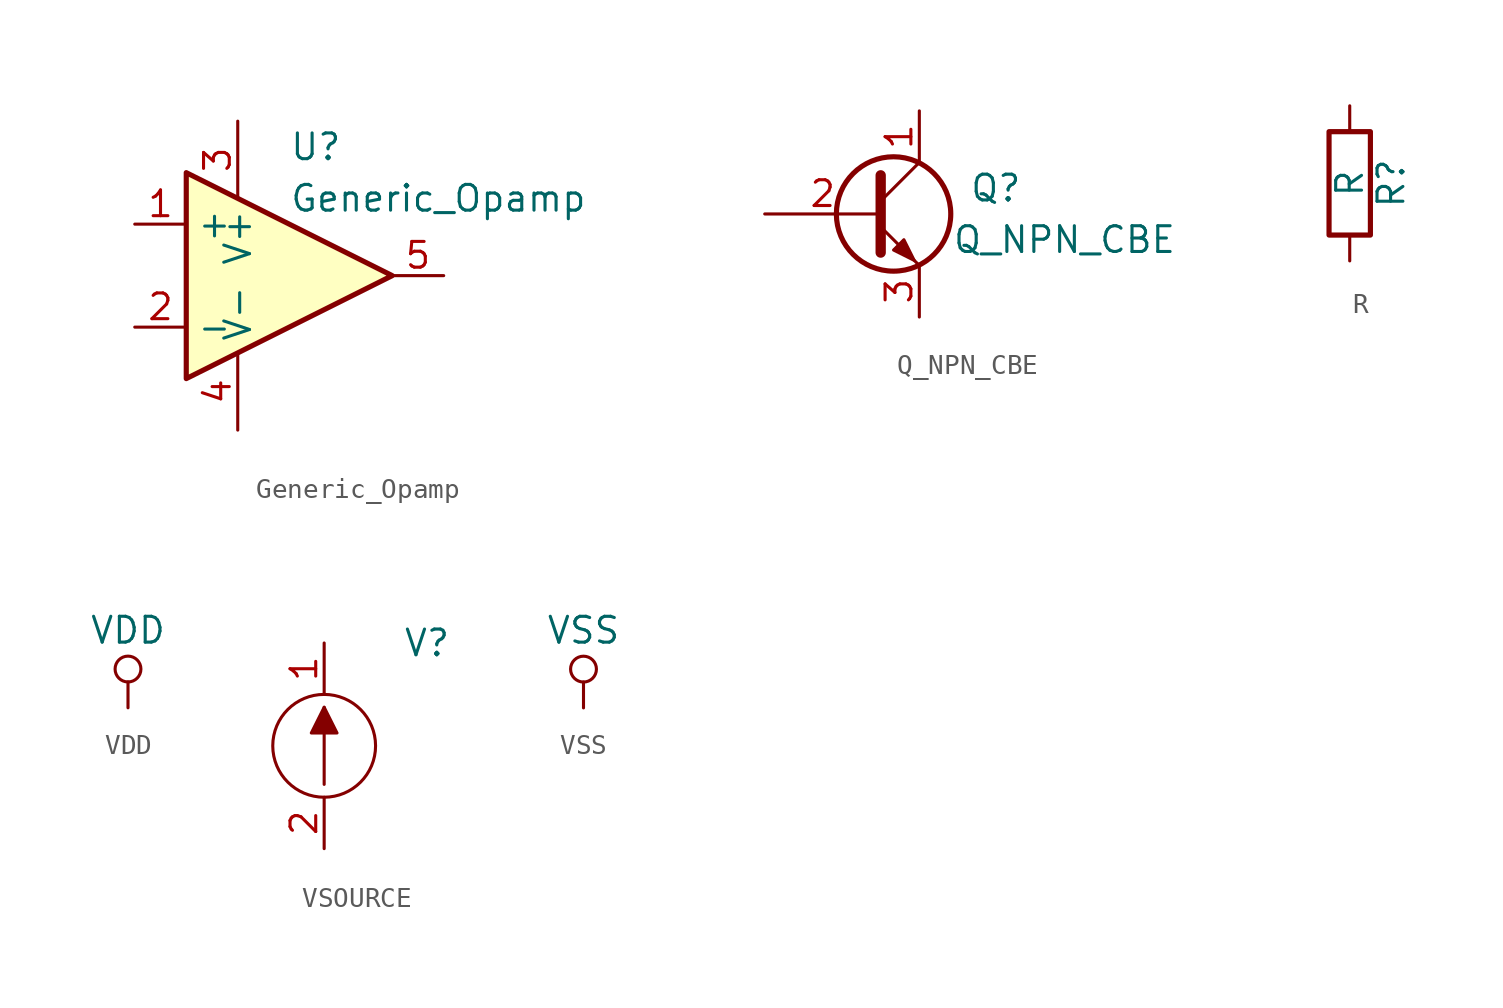
<source format=kicad_sym>
(kicad_symbol_lib
  (version 20201005)
  (generator kicad_symbol_editor)
  (symbol "laser_driver_schlib:Generic_Opamp"
    (property "Reference" "U"
      (at 0 6.35 0)
      (effects (font (size 1.27 1.27)) (justify left)))
    (property "Value" "Generic_Opamp"
      (at 0 3.81 0)
      (effects (font (size 1.27 1.27)) (justify left)))
    (property "Footprint" ""
      (at -2.54 -2.54 0)
      (effects (font (size 1.27 1.27))))
    (property "Datasheet" ""
      (at 0 0 0)
      (effects (font (size 1.27 1.27))))
    (symbol "Generic_Opamp_0_1"
      (polyline (pts (xy -5.08 5.08) (xy 5.08 0) (xy -5.08 -5.08) (xy -5.08 5.08)) (stroke (width 0.254)) (fill (type background))))
    (symbol "Generic_Opamp_1_1"
      (pin input line (at -7.62 2.54 0) (length 2.54) (name "+" (effects (font (size 1.27 1.27)))) (number "1" (effects (font (size 1.27 1.27)))))
      (pin input line (at -7.62 -2.54 0) (length 2.54) (name "-" (effects (font (size 1.27 1.27)))) (number "2" (effects (font (size 1.27 1.27)))))
      (pin power_in line (at -2.54 7.62 270) (length 3.81) (name "V+" (effects (font (size 1.27 1.27)))) (number "3" (effects (font (size 1.27 1.27)))))
      (pin power_in line (at -2.54 -7.62 90) (length 3.81) (name "V-" (effects (font (size 1.27 1.27)))) (number "4" (effects (font (size 1.27 1.27)))))
      (pin output line (at 7.62 0 180) (length 2.54) (name "~" (effects (font (size 1.27 1.27)))) (number "5" (effects (font (size 1.27 1.27)))))))
  (symbol "laser_driver_schlib:Q_NPN_CBE"
    (pin_names
      (offset 0) hide)
    (property "Reference" "Q"
      (at 7.62 1.27 0)
      (effects (font (size 1.27 1.27)) (justify right)))
    (property "Value" "Q_NPN_CBE"
      (at 15.24 -1.27 0)
      (effects (font (size 1.27 1.27)) (justify right)))
    (property "Footprint" ""
      (at 5.08 2.54 0)
      (effects (font (size 0.737 0.737))))
    (property "Datasheet" ""
      (at 0 0 0)
      (effects (font (size 1.524 1.524))))
    (symbol "Q_NPN_CBE_0_1"
      (circle (center 1.27 0) (radius 2.819) (stroke (width 0.254)) (fill (type none)))
      (polyline (pts (xy 0.635 0.635) (xy 2.54 2.54)) (stroke (width 0)) (fill (type none)))
      (polyline (pts (xy 0.635 -0.635) (xy 2.54 -2.54) (xy 2.54 -2.54)) (stroke (width 0)) (fill (type none)))
      (polyline (pts (xy 0.635 1.905) (xy 0.635 -1.905) (xy 0.635 -1.905)) (stroke (width 0.508)) (fill (type none)))
      (polyline (pts (xy 1.27 -1.778) (xy 1.778 -1.27) (xy 2.286 -2.286) (xy 1.27 -1.778) (xy 1.27 -1.778)) (stroke (width 0)) (fill (type outline))))
    (symbol "Q_NPN_CBE_1_1"
      (pin passive line (at 2.54 5.08 270) (length 2.54) (name "C" (effects (font (size 1.27 1.27)))) (number "1" (effects (font (size 1.27 1.27)))))
      (pin input line (at -5.08 0 0) (length 5.715) (name "B" (effects (font (size 1.27 1.27)))) (number "2" (effects (font (size 1.27 1.27)))))
      (pin passive line (at 2.54 -5.08 90) (length 2.54) (name "E" (effects (font (size 1.27 1.27)))) (number "3" (effects (font (size 1.27 1.27)))))))
  (symbol "laser_driver_schlib:R"
    (pin_numbers hide)
    (pin_names
      (offset 0))
    (property "Reference" "R"
      (at 2.032 0 90)
      (effects (font (size 1.27 1.27))))
    (property "Value" "R"
      (at 0 0 90)
      (effects (font (size 1.27 1.27))))
    (property "Footprint" ""
      (at -1.778 0 90)
      (effects (font (size 0.762 0.762))))
    (property "Datasheet" ""
      (at 0 0 0)
      (effects (font (size 0.762 0.762))))
    (symbol "R_0_1"
      (rectangle (start -1.016 -2.54) (end 1.016 2.54) (stroke (width 0.254)) (fill (type none))))
    (symbol "R_1_1"
      (pin passive line (at 0 3.81 270) (length 1.27) (name "~" (effects (font (size 1.524 1.524)))) (number "1" (effects (font (size 1.524 1.524)))))
      (pin passive line (at 0 -3.81 90) (length 1.27) (name "~" (effects (font (size 1.524 1.524)))) (number "2" (effects (font (size 1.524 1.524)))))))
  (symbol "laser_driver_schlib:VDD"
    (power)
    (pin_names
      (offset 0))
    (property "Reference" "#PWR"
      (at 0 -3.81 0)
      (effects (font (size 1.27 1.27)) hide))
    (property "Value" "VDD"
      (at 0 3.81 0)
      (effects (font (size 1.27 1.27))))
    (property "Footprint" ""
      (at 0 0 0)
      (effects (font (size 1.524 1.524))))
    (property "Datasheet" ""
      (at 0 0 0)
      (effects (font (size 1.524 1.524))))
    (symbol "VDD_0_1"
      (circle (center 0 1.905) (radius 0.635) (stroke (width 0)) (fill (type none)))
      (polyline (pts (xy 0 0) (xy 0 1.27)) (stroke (width 0)) (fill (type none))))
    (symbol "VDD_1_1"
      (pin power_in line (at 0 0 90) (length 0) hide (name "VDD" (effects (font (size 1.27 1.27)))) (number "1" (effects (font (size 1.27 1.27)))))))
  (symbol "laser_driver_schlib:VSOURCE"
    (pin_names
      (offset 1.016))
    (property "Reference" "V"
      (at 5.08 5.08 0)
      (effects (font (size 1.27 1.27))))
    (property "Footprint" ""
      (at 0 0 0)
      (effects (font (size 1.27 1.27))))
    (property "Datasheet" ""
      (at 0 0 0)
      (effects (font (size 1.27 1.27))))
    (symbol "VSOURCE_0_1"
      (circle (center 0 0) (radius 2.54) (stroke (width 0)) (fill (type none)))
      (polyline (pts (xy 0 -1.905) (xy 0 1.905)) (stroke (width 0)) (fill (type none)))
      (polyline (pts (xy 0 1.905) (xy -0.635 0.635) (xy 0.635 0.635) (xy 0 1.905)) (stroke (width 0)) (fill (type outline))))
    (symbol "VSOURCE_1_1"
      (pin input line (at 0 5.08 270) (length 2.54) (name "~" (effects (font (size 1.27 1.27)))) (number "1" (effects (font (size 1.27 1.27)))))
      (pin input line (at 0 -5.08 90) (length 2.54) (name "~" (effects (font (size 1.27 1.27)))) (number "2" (effects (font (size 1.27 1.27)))))))
  (symbol "laser_driver_schlib:VSS"
    (power)
    (pin_names
      (offset 0))
    (property "Reference" "#PWR"
      (at 0 -3.81 0)
      (effects (font (size 1.27 1.27)) hide))
    (property "Value" "VSS"
      (at 0 3.81 0)
      (effects (font (size 1.27 1.27))))
    (property "Footprint" ""
      (at 0 0 0)
      (effects (font (size 1.524 1.524))))
    (property "Datasheet" ""
      (at 0 0 0)
      (effects (font (size 1.524 1.524))))
    (symbol "VSS_0_1"
      (circle (center 0 1.905) (radius 0.635) (stroke (width 0)) (fill (type none)))
      (polyline (pts (xy 0 0) (xy 0 1.27)) (stroke (width 0)) (fill (type none))))
    (symbol "VSS_1_1"
      (pin power_in line (at 0 0 90) (length 0) hide (name "VSS" (effects (font (size 1.27 1.27)))) (number "1" (effects (font (size 1.27 1.27))))))))
</source>
